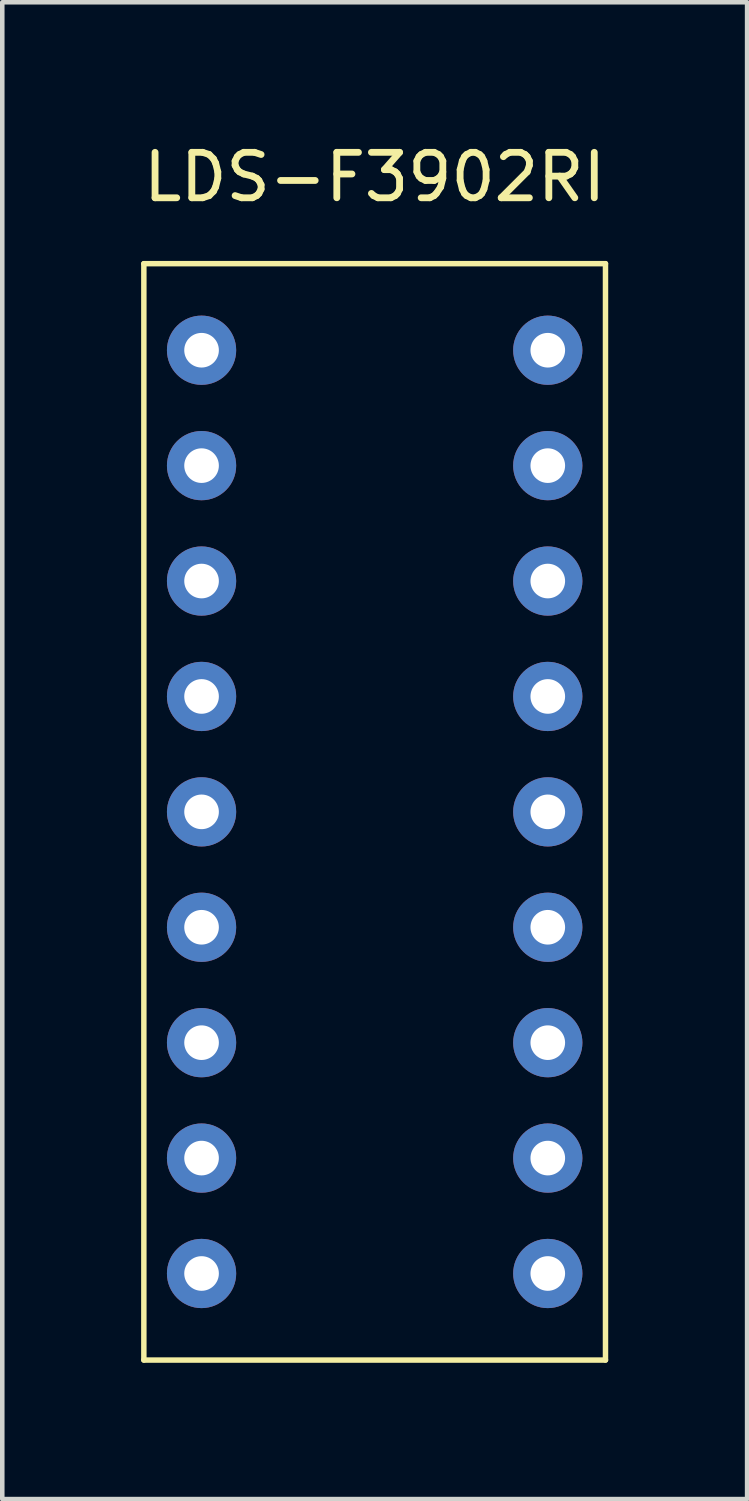
<source format=kicad_pcb>
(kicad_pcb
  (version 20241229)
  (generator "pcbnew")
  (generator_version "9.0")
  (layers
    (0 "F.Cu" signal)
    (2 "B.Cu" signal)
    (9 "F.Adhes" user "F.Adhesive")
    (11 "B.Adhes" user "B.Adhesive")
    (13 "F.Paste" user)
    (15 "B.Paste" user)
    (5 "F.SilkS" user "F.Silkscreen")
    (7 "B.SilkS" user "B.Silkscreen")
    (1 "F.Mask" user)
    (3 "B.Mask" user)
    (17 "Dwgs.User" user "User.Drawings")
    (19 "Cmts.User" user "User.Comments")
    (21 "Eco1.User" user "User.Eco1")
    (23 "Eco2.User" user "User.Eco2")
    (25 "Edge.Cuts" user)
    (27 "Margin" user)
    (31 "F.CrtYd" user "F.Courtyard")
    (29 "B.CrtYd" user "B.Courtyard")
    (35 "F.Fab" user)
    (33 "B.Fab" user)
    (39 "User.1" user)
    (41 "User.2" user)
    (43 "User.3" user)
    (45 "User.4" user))
  (footprint "LDS-F3902RI"
    (layer "F.Cu")
    (at 5.196 2.118)
    (property "Reference" "LDS-F3902RI" (at 0 -1.27 0) (layer "F.SilkS") (effects (font (size 1 1) (thickness 0.15))))
    (attr through_hole)
    (fp_line (start -5.08 0.635) (end -5.08 24.765) (stroke (width 0.12) (type solid)) (layer "F.SilkS"))
    (fp_line (start 5.08 0.635) (end -5.08 0.635) (stroke (width 0.12) (type solid)) (layer "F.SilkS"))
    (fp_line (start 5.08 0.635) (end 5.08 24.765) (stroke (width 0.12) (type solid)) (layer "F.SilkS"))
    (fp_line (start 5.08 24.765) (end -5.08 24.765) (stroke (width 0.12) (type solid)) (layer "F.SilkS"))
    (pad "1" thru_hole circle (at -3.81 2.54) (size 1.524 1.524) (drill 0.762) (layers "*.Cu" "*.Mask"))
    (pad "2" thru_hole circle (at -3.81 5.08) (size 1.524 1.524) (drill 0.762) (layers "*.Cu" "*.Mask"))
    (pad "3" thru_hole circle (at -3.81 7.62) (size 1.524 1.524) (drill 0.762) (layers "*.Cu" "*.Mask"))
    (pad "4" thru_hole circle (at -3.81 10.16) (size 1.524 1.524) (drill 0.762) (layers "*.Cu" "*.Mask"))
    (pad "5" thru_hole circle (at -3.81 12.7) (size 1.524 1.524) (drill 0.762) (layers "*.Cu" "*.Mask"))
    (pad "6" thru_hole circle (at -3.81 15.24) (size 1.524 1.524) (drill 0.762) (layers "*.Cu" "*.Mask"))
    (pad "7" thru_hole circle (at -3.81 17.78) (size 1.524 1.524) (drill 0.762) (layers "*.Cu" "*.Mask"))
    (pad "8" thru_hole circle (at -3.81 20.32) (size 1.524 1.524) (drill 0.762) (layers "*.Cu" "*.Mask"))
    (pad "9" thru_hole circle (at -3.81 22.86) (size 1.524 1.524) (drill 0.762) (layers "*.Cu" "*.Mask"))
    (pad "10" thru_hole circle (at 3.81 22.86) (size 1.524 1.524) (drill 0.762) (layers "*.Cu" "*.Mask"))
    (pad "11" thru_hole circle (at 3.81 20.32) (size 1.524 1.524) (drill 0.762) (layers "*.Cu" "*.Mask"))
    (pad "12" thru_hole circle (at 3.81 17.78) (size 1.524 1.524) (drill 0.762) (layers "*.Cu" "*.Mask"))
    (pad "13" thru_hole circle (at 3.81 15.24) (size 1.524 1.524) (drill 0.762) (layers "*.Cu" "*.Mask"))
    (pad "14" thru_hole circle (at 3.81 12.7) (size 1.524 1.524) (drill 0.762) (layers "*.Cu" "*.Mask"))
    (pad "15" thru_hole circle (at 3.81 10.16) (size 1.524 1.524) (drill 0.762) (layers "*.Cu" "*.Mask"))
    (pad "16" thru_hole circle (at 3.81 7.62) (size 1.524 1.524) (drill 0.762) (layers "*.Cu" "*.Mask"))
    (pad "17" thru_hole circle (at 3.81 5.08) (size 1.524 1.524) (drill 0.762) (layers "*.Cu" "*.Mask"))
    (pad "18" thru_hole circle (at 3.81 2.54) (size 1.524 1.524) (drill 0.762) (layers "*.Cu" "*.Mask")))
  (gr_rect
    (start -3 -3)
    (end 13.393 29.943)
    (stroke (width 0.1) (type default))
    (fill no)
    (layer "Edge.Cuts")))
</source>
